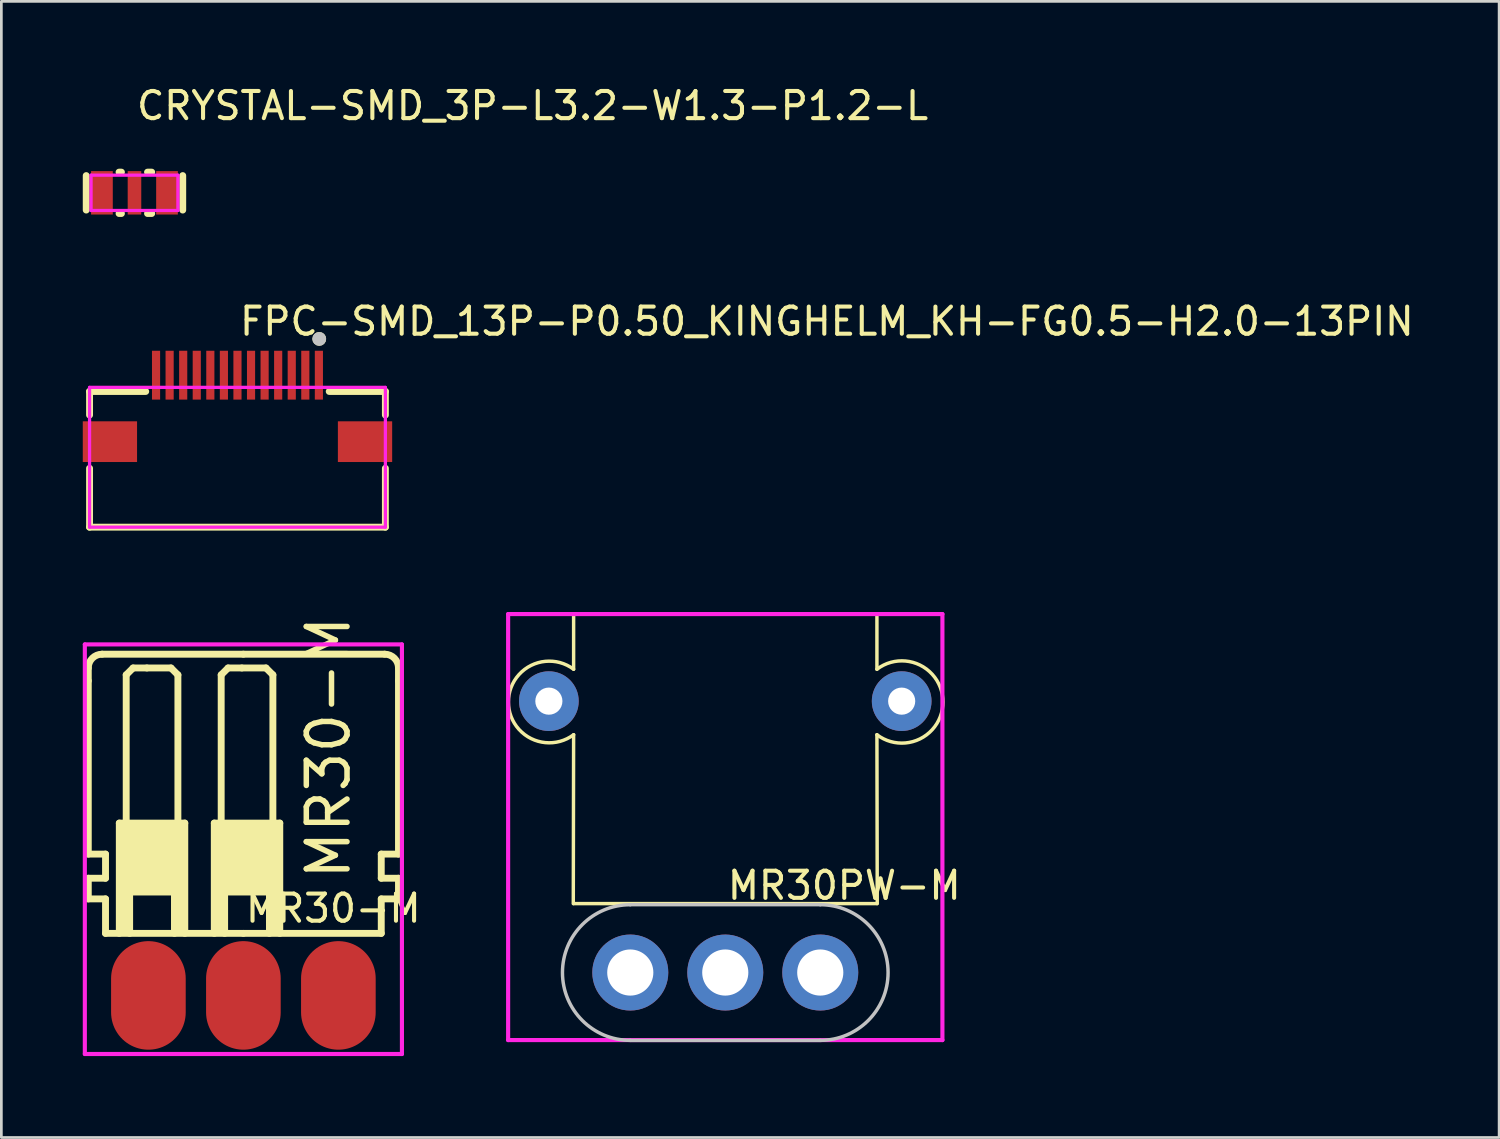
<source format=kicad_pcb>
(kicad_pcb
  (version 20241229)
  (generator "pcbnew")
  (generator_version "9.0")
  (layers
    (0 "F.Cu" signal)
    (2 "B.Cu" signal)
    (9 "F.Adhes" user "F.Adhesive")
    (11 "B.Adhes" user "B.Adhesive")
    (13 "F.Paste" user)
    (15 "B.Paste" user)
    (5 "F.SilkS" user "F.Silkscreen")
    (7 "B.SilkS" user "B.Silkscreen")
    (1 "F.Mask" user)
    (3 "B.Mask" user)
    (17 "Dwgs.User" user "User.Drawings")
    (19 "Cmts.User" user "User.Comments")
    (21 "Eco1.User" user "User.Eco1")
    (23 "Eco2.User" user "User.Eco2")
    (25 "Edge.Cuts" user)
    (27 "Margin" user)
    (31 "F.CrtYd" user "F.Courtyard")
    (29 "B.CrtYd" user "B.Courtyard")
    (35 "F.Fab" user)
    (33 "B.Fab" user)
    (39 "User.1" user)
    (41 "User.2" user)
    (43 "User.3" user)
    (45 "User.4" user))
  (footprint "CRYSTAL-SMD_3P-L3.2-W1.3-P1.2-L"
    (layer "F.Cu")
    (at 1.905 4.055)
    (property "Reference" "CRYSTAL-SMD_3P-L3.2-W1.3-P1.2-L" (at 0 -3.207 0) (layer "F.SilkS") (effects (font (size 1 1) (thickness 0.15)) (justify left)))
    (attr through_hole)
    (fp_line (start -1.778 0.635) (end -1.778 -0.635) (stroke (width 0.254) (type solid)) (layer "F.SilkS"))
    (fp_line (start -0.568 -0.762) (end -0.481 -0.762) (stroke (width 0.254) (type solid)) (layer "F.SilkS"))
    (fp_line (start -0.568 0.762) (end -0.481 0.762) (stroke (width 0.254) (type solid)) (layer "F.SilkS"))
    (fp_line (start 0.481 -0.762) (end 0.635 -0.762) (stroke (width 0.254) (type solid)) (layer "F.SilkS"))
    (fp_line (start 0.481 0.762) (end 0.635 0.762) (stroke (width 0.254) (type solid)) (layer "F.SilkS"))
    (fp_line (start 1.778 -0.635) (end 1.778 0.635) (stroke (width 0.254) (type solid)) (layer "F.SilkS"))
    (fp_circle (center -1.6 0.65) (end -1.57 0.65) (stroke (width 0.06) (type solid)) (fill no) (layer "Eco2.User"))
    (fp_poly (pts (xy -0.949 -0.65) (xy -0.949 0.65) (xy -1.449 0.65) (xy -1.449 -0.65)) (stroke (width 0.12) (type solid)) (fill no) (layer "Eco2.User"))
    (fp_poly (pts (xy 0.25 -0.65) (xy 0.25 0.65) (xy -0.25 0.65) (xy -0.25 -0.65)) (stroke (width 0.12) (type solid)) (fill no) (layer "Eco2.User"))
    (fp_poly (pts (xy 1.449 -0.65) (xy 1.449 0.65) (xy 0.949 0.65) (xy 0.949 -0.65)) (stroke (width 0.12) (type solid)) (fill no) (layer "Eco2.User"))
    (fp_line (start -1.6 -0.65) (end 1.6 -0.65) (stroke (width 0.12) (type solid)) (layer "F.CrtYd"))
    (fp_line (start -1.6 0.65) (end -1.6 -0.65) (stroke (width 0.12) (type solid)) (layer "F.CrtYd"))
    (fp_line (start 1.6 -0.65) (end 1.6 0.65) (stroke (width 0.12) (type solid)) (layer "F.CrtYd"))
    (fp_line (start 1.6 0.65) (end -1.6 0.65) (stroke (width 0.12) (type solid)) (layer "F.CrtYd"))
    (pad "1" smd rect (at -1.199 0 90) (size 1.6 0.8) (layers "F.Cu" "F.Mask" "F.Paste"))
    (pad "2" smd rect (at 1.199 0 90) (size 1.6 0.8) (layers "F.Cu" "F.Mask" "F.Paste"))
    (pad "3" smd rect (at 0 0 90) (size 1.6 0.5) (layers "F.Cu" "F.Mask" "F.Paste")))
  (footprint "FPC-SMD_13P-P0.50_KINGHELM_KH-FG0.5-H2.0-13PIN"
    (layer "F.Cu")
    (at 5.7 11.999)
    (property "Reference" "FPC-SMD_13P-P0.50_KINGHELM_KH-FG0.5-H2.0-13PIN" (at 0 -3.207 0) (layer "F.SilkS") (effects (font (size 1 1) (thickness 0.15)) (justify left)))
    (attr through_hole)
    (fp_line (start -5.45 0.244) (end -5.45 -0.625) (stroke (width 0.254) (type solid)) (layer "F.SilkS"))
    (fp_line (start -5.45 4.375) (end -5.45 2.206) (stroke (width 0.254) (type solid)) (layer "F.SilkS"))
    (fp_line (start -3.381 -0.625) (end -5.45 -0.625) (stroke (width 0.254) (type solid)) (layer "F.SilkS"))
    (fp_line (start 5.45 -0.625) (end 3.381 -0.625) (stroke (width 0.254) (type solid)) (layer "F.SilkS"))
    (fp_line (start 5.45 0.244) (end 5.45 -0.625) (stroke (width 0.254) (type solid)) (layer "F.SilkS"))
    (fp_line (start 5.45 4.375) (end -5.45 4.375) (stroke (width 0.254) (type solid)) (layer "F.SilkS"))
    (fp_line (start 5.45 4.375) (end 5.45 2.206) (stroke (width 0.254) (type solid)) (layer "F.SilkS"))
    (fp_circle (center 3.013 -2.561) (end 3.14 -2.561) (stroke (width 0.254) (type solid)) (fill no) (layer "F.SilkS"))
    (fp_circle (center 3.013 -2.561) (end 3.14 -2.561) (stroke (width 0.254) (type solid)) (fill no) (layer "Dwgs.User"))
    (fp_circle (center 5.45 -1.625) (end 5.48 -1.625) (stroke (width 0.06) (type solid)) (fill no) (layer "Eco2.User"))
    (fp_poly (pts (xy -4 1.725) (xy -5.4 1.725) (xy -5.4 0.725) (xy -4 0.725)) (stroke (width 0.12) (type solid)) (fill no) (layer "Eco2.User"))
    (fp_poly (pts (xy -2.9 -0.625) (xy -3.1 -0.625) (xy -3.1 -1.625) (xy -2.9 -1.625)) (stroke (width 0.12) (type solid)) (fill no) (layer "Eco2.User"))
    (fp_poly (pts (xy -2.4 -0.625) (xy -2.6 -0.625) (xy -2.6 -1.625) (xy -2.4 -1.625)) (stroke (width 0.12) (type solid)) (fill no) (layer "Eco2.User"))
    (fp_poly (pts (xy -1.9 -0.625) (xy -2.1 -0.625) (xy -2.1 -1.625) (xy -1.9 -1.625)) (stroke (width 0.12) (type solid)) (fill no) (layer "Eco2.User"))
    (fp_poly (pts (xy -1.4 -0.625) (xy -1.6 -0.625) (xy -1.6 -1.625) (xy -1.4 -1.625)) (stroke (width 0.12) (type solid)) (fill no) (layer "Eco2.User"))
    (fp_poly (pts (xy -0.9 -0.625) (xy -1.1 -0.625) (xy -1.1 -1.625) (xy -0.9 -1.625)) (stroke (width 0.12) (type solid)) (fill no) (layer "Eco2.User"))
    (fp_poly (pts (xy -0.4 -0.625) (xy -0.6 -0.625) (xy -0.6 -1.625) (xy -0.4 -1.625)) (stroke (width 0.12) (type solid)) (fill no) (layer "Eco2.User"))
    (fp_poly (pts (xy 0.1 -0.625) (xy -0.1 -0.625) (xy -0.1 -1.625) (xy 0.1 -1.625)) (stroke (width 0.12) (type solid)) (fill no) (layer "Eco2.User"))
    (fp_poly (pts (xy 0.6 -0.625) (xy 0.4 -0.625) (xy 0.4 -1.625) (xy 0.6 -1.625)) (stroke (width 0.12) (type solid)) (fill no) (layer "Eco2.User"))
    (fp_poly (pts (xy 1.1 -0.625) (xy 0.9 -0.625) (xy 0.9 -1.625) (xy 1.1 -1.625)) (stroke (width 0.12) (type solid)) (fill no) (layer "Eco2.User"))
    (fp_poly (pts (xy 1.6 -0.625) (xy 1.4 -0.625) (xy 1.4 -1.625) (xy 1.6 -1.625)) (stroke (width 0.12) (type solid)) (fill no) (layer "Eco2.User"))
    (fp_poly (pts (xy 2.1 -0.625) (xy 1.9 -0.625) (xy 1.9 -1.625) (xy 2.1 -1.625)) (stroke (width 0.12) (type solid)) (fill no) (layer "Eco2.User"))
    (fp_poly (pts (xy 2.6 -0.625) (xy 2.4 -0.625) (xy 2.4 -1.625) (xy 2.6 -1.625)) (stroke (width 0.12) (type solid)) (fill no) (layer "Eco2.User"))
    (fp_poly (pts (xy 3.1 -0.625) (xy 2.9 -0.625) (xy 2.9 -1.625) (xy 3.1 -1.625)) (stroke (width 0.12) (type solid)) (fill no) (layer "Eco2.User"))
    (fp_poly (pts (xy 5.4 1.725) (xy 4 1.725) (xy 4 0.725) (xy 5.4 0.725)) (stroke (width 0.12) (type solid)) (fill no) (layer "Eco2.User"))
    (fp_line (start -5.45 -0.775) (end 5.45 -0.775) (stroke (width 0.12) (type solid)) (layer "F.CrtYd"))
    (fp_line (start -5.45 4.375) (end -5.45 -0.775) (stroke (width 0.12) (type solid)) (layer "F.CrtYd"))
    (fp_line (start 5.45 -0.775) (end 5.45 4.375) (stroke (width 0.12) (type solid)) (layer "F.CrtYd"))
    (fp_line (start 5.45 4.375) (end -5.45 4.375) (stroke (width 0.12) (type solid)) (layer "F.CrtYd"))
    (pad "1" smd rect (at 3 -1.225 180) (size 0.3 1.8) (layers "F.Cu" "F.Mask" "F.Paste"))
    (pad "2" smd rect (at 2.5 -1.225 180) (size 0.3 1.8) (layers "F.Cu" "F.Mask" "F.Paste"))
    (pad "3" smd rect (at 2 -1.225 180) (size 0.3 1.8) (layers "F.Cu" "F.Mask" "F.Paste"))
    (pad "4" smd rect (at 1.5 -1.225 180) (size 0.3 1.8) (layers "F.Cu" "F.Mask" "F.Paste"))
    (pad "5" smd rect (at 1 -1.225 180) (size 0.3 1.8) (layers "F.Cu" "F.Mask" "F.Paste"))
    (pad "6" smd rect (at 0.5 -1.225 180) (size 0.3 1.8) (layers "F.Cu" "F.Mask" "F.Paste"))
    (pad "7" smd rect (at 0 -1.225 180) (size 0.3 1.8) (layers "F.Cu" "F.Mask" "F.Paste"))
    (pad "8" smd rect (at -0.5 -1.225 180) (size 0.3 1.8) (layers "F.Cu" "F.Mask" "F.Paste"))
    (pad "9" smd rect (at -1 -1.225 180) (size 0.3 1.8) (layers "F.Cu" "F.Mask" "F.Paste"))
    (pad "10" smd rect (at -1.5 -1.225 180) (size 0.3 1.8) (layers "F.Cu" "F.Mask" "F.Paste"))
    (pad "11" smd rect (at -2 -1.225 180) (size 0.3 1.8) (layers "F.Cu" "F.Mask" "F.Paste"))
    (pad "12" smd rect (at -2.5 -1.225 180) (size 0.3 1.8) (layers "F.Cu" "F.Mask" "F.Paste"))
    (pad "13" smd rect (at -3 -1.225 180) (size 0.3 1.8) (layers "F.Cu" "F.Mask" "F.Paste"))
    (pad "14" smd rect (at -4.7 1.225 180) (size 2 1.5) (layers "F.Cu" "F.Mask" "F.Paste"))
    (pad "15" smd rect (at 4.7 1.225 180) (size 2 1.5) (layers "F.Cu" "F.Mask" "F.Paste")))
  (footprint "MR30PW-M"
    (layer "F.Cu")
    (at 23.674 32.785)
    (property "Reference" "MR30PW-M" (at 0 -3.207 0) (layer "F.SilkS") (effects (font (size 1 1) (thickness 0.15)) (justify left)))
    (attr through_hole)
    (fp_line (start -5.588 -13.208) (end -5.588 -11.176) (stroke (width 0.127) (type solid)) (layer "F.SilkS"))
    (fp_line (start -5.588 -13.208) (end 5.588 -13.208) (stroke (width 0.127) (type solid)) (layer "F.SilkS"))
    (fp_line (start -5.588 -8.763) (end -5.6 -2.54) (stroke (width 0.127) (type solid)) (layer "F.SilkS"))
    (fp_line (start -5.588 -2.54) (end 5.588 -2.54) (stroke (width 0.127) (type solid)) (layer "F.SilkS"))
    (fp_line (start 5.588 -13.208) (end 5.588 -11.176) (stroke (width 0.127) (type solid)) (layer "F.SilkS"))
    (fp_line (start 5.588 -8.763) (end 5.6 -2.54) (stroke (width 0.127) (type solid)) (layer "F.SilkS"))
    (fp_arc (start -5.587247 -8.762561) (mid -7.990411 -9.96853) (end -5.588 -11.176) (stroke (width 0.127) (type solid)) (layer "F.SilkS"))
    (fp_arc (start 5.588454 -11.175345) (mid 8.021638 -9.968715) (end 5.588 -8.763) (stroke (width 0.127) (type solid)) (layer "F.SilkS"))
    (fp_line (start -3.5 -2.5) (end 3.5 -2.5) (stroke (width 0.127) (type solid)) (layer "Dwgs.User"))
    (fp_line (start -3.5 2.5) (end 3.5 2.5) (stroke (width 0.127) (type solid)) (layer "Dwgs.User"))
    (fp_arc (start -3.5 2.499) (mid -5.991013 -0.000034) (end -3.499932 -2.499) (stroke (width 0.127) (type solid)) (layer "Dwgs.User"))
    (fp_arc (start 3.5 -2.499) (mid 5.991013 0.000034) (end 3.499932 2.499) (stroke (width 0.127) (type solid)) (layer "Dwgs.User"))
    (fp_line (start -8.001 -13.208) (end 8.001 -13.208) (stroke (width 0.152) (type solid)) (layer "F.CrtYd"))
    (fp_line (start -8.001 2.489) (end -8.001 -13.208) (stroke (width 0.152) (type solid)) (layer "F.CrtYd"))
    (fp_line (start 8.001 -13.208) (end 8.001 2.489) (stroke (width 0.152) (type solid)) (layer "F.CrtYd"))
    (fp_line (start 8.001 2.489) (end -8.001 2.489) (stroke (width 0.152) (type solid)) (layer "F.CrtYd"))
    (pad "" thru_hole circle (at -6.5 -10) (size 2.2 2.2) (drill 1) (layers "*.Cu" "*.Mask"))
    (pad "" thru_hole circle (at -3.5 0) (size 2.8 2.8) (drill 1.7) (layers "*.Cu" "*.Mask"))
    (pad "" thru_hole circle (at 0 0) (size 2.8 2.8) (drill 1.7) (layers "*.Cu" "*.Mask"))
    (pad "" thru_hole circle (at 3.5 0) (size 2.8 2.8) (drill 1.7) (layers "*.Cu" "*.Mask"))
    (pad "" thru_hole circle (at 6.5 -10) (size 2.2 2.2) (drill 1) (layers "*.Cu" "*.Mask")))
  (footprint "MR30-M"
    (layer "F.Cu")
    (at 5.918 33.628)
    (property "Reference" "MR30-M" (at 0 -3.207 0) (layer "F.SilkS") (effects (font (size 1 1) (thickness 0.15)) (justify left)))
    (attr through_hole)
    (fp_line (start -5.715 -11.593) (end -5.715 -12.065) (stroke (width 0.254) (type solid)) (layer "F.SilkS"))
    (fp_line (start -5.715 -5.207) (end -5.715 -11.593) (stroke (width 0.254) (type solid)) (layer "F.SilkS"))
    (fp_line (start -5.715 -4.318) (end -5.08 -4.318) (stroke (width 0.254) (type solid)) (layer "F.SilkS"))
    (fp_line (start -5.715 -3.556) (end -5.715 -4.318) (stroke (width 0.254) (type solid)) (layer "F.SilkS"))
    (fp_line (start -5.207 -12.573) (end 0 -12.573) (stroke (width 0.254) (type solid)) (layer "F.SilkS"))
    (fp_line (start -5.08 -5.207) (end -5.715 -5.207) (stroke (width 0.254) (type solid)) (layer "F.SilkS"))
    (fp_line (start -5.08 -4.318) (end -5.08 -5.207) (stroke (width 0.254) (type solid)) (layer "F.SilkS"))
    (fp_line (start -5.08 -3.556) (end -5.715 -3.556) (stroke (width 0.254) (type solid)) (layer "F.SilkS"))
    (fp_line (start -5.08 -2.286) (end -5.08 -3.556) (stroke (width 0.254) (type solid)) (layer "F.SilkS"))
    (fp_line (start -5.08 -2.286) (end 0 -2.286) (stroke (width 0.254) (type solid)) (layer "F.SilkS"))
    (fp_line (start -4.572 -6.35) (end -4.572 -2.286) (stroke (width 0.254) (type solid)) (layer "F.SilkS"))
    (fp_line (start -4.318 -11.811) (end -4.064 -12.065) (stroke (width 0.254) (type solid)) (layer "F.SilkS"))
    (fp_line (start -4.318 -6.35) (end -4.572 -6.35) (stroke (width 0.254) (type solid)) (layer "F.SilkS"))
    (fp_line (start -4.318 -6.35) (end -4.318 -11.811) (stroke (width 0.254) (type solid)) (layer "F.SilkS"))
    (fp_line (start -4.318 -6.35) (end -2.413 -6.35) (stroke (width 0.254) (type solid)) (layer "F.SilkS"))
    (fp_line (start -4.191 -3.81) (end -4.191 -2.286) (stroke (width 0.254) (type solid)) (layer "F.SilkS"))
    (fp_line (start -4.191 -3.81) (end -2.54 -3.81) (stroke (width 0.254) (type solid)) (layer "F.SilkS"))
    (fp_line (start -4.064 -12.065) (end -3.556 -12.065) (stroke (width 0.254) (type solid)) (layer "F.SilkS"))
    (fp_line (start -3.556 -12.065) (end -2.667 -12.065) (stroke (width 0.254) (type solid)) (layer "F.SilkS"))
    (fp_line (start -2.667 -12.065) (end -2.413 -11.811) (stroke (width 0.254) (type solid)) (layer "F.SilkS"))
    (fp_line (start -2.54 -3.81) (end -2.54 -2.286) (stroke (width 0.254) (type solid)) (layer "F.SilkS"))
    (fp_line (start -2.413 -11.811) (end -2.413 -6.35) (stroke (width 0.254) (type solid)) (layer "F.SilkS"))
    (fp_line (start -2.413 -6.35) (end -2.159 -6.35) (stroke (width 0.254) (type solid)) (layer "F.SilkS"))
    (fp_line (start -2.159 -6.35) (end -2.159 -2.286) (stroke (width 0.254) (type solid)) (layer "F.SilkS"))
    (fp_line (start -1.072 -6.35) (end -1.072 -2.286) (stroke (width 0.254) (type solid)) (layer "F.SilkS"))
    (fp_line (start -0.818 -11.811) (end -0.564 -12.065) (stroke (width 0.254) (type solid)) (layer "F.SilkS"))
    (fp_line (start -0.818 -6.35) (end -1.072 -6.35) (stroke (width 0.254) (type solid)) (layer "F.SilkS"))
    (fp_line (start -0.818 -6.35) (end -0.818 -11.811) (stroke (width 0.254) (type solid)) (layer "F.SilkS"))
    (fp_line (start -0.818 -6.35) (end 1.087 -6.35) (stroke (width 0.254) (type solid)) (layer "F.SilkS"))
    (fp_line (start -0.691 -3.81) (end -0.691 -2.286) (stroke (width 0.254) (type solid)) (layer "F.SilkS"))
    (fp_line (start -0.691 -3.81) (end 0.96 -3.81) (stroke (width 0.254) (type solid)) (layer "F.SilkS"))
    (fp_line (start -0.564 -12.065) (end -0.056 -12.065) (stroke (width 0.254) (type solid)) (layer "F.SilkS"))
    (fp_line (start -0.056 -12.065) (end 0.833 -12.065) (stroke (width 0.254) (type solid)) (layer "F.SilkS"))
    (fp_line (start 0.833 -12.065) (end 1.087 -11.811) (stroke (width 0.254) (type solid)) (layer "F.SilkS"))
    (fp_line (start 0.96 -3.81) (end 0.96 -2.286) (stroke (width 0.254) (type solid)) (layer "F.SilkS"))
    (fp_line (start 1.087 -11.811) (end 1.087 -6.35) (stroke (width 0.254) (type solid)) (layer "F.SilkS"))
    (fp_line (start 1.087 -6.35) (end 1.341 -6.35) (stroke (width 0.254) (type solid)) (layer "F.SilkS"))
    (fp_line (start 1.341 -6.35) (end 1.341 -2.286) (stroke (width 0.254) (type solid)) (layer "F.SilkS"))
    (fp_line (start 5.08 -5.207) (end 5.715 -5.207) (stroke (width 0.254) (type solid)) (layer "F.SilkS"))
    (fp_line (start 5.08 -4.318) (end 5.08 -5.207) (stroke (width 0.254) (type solid)) (layer "F.SilkS"))
    (fp_line (start 5.08 -3.556) (end 5.715 -3.556) (stroke (width 0.254) (type solid)) (layer "F.SilkS"))
    (fp_line (start 5.08 -2.286) (end 0 -2.286) (stroke (width 0.254) (type solid)) (layer "F.SilkS"))
    (fp_line (start 5.08 -2.286) (end 5.08 -3.556) (stroke (width 0.254) (type solid)) (layer "F.SilkS"))
    (fp_line (start 5.207 -12.573) (end 0 -12.573) (stroke (width 0.254) (type solid)) (layer "F.SilkS"))
    (fp_line (start 5.715 -11.593) (end 5.715 -12.065) (stroke (width 0.254) (type solid)) (layer "F.SilkS"))
    (fp_line (start 5.715 -5.207) (end 5.715 -11.593) (stroke (width 0.254) (type solid)) (layer "F.SilkS"))
    (fp_line (start 5.715 -4.318) (end 5.08 -4.318) (stroke (width 0.254) (type solid)) (layer "F.SilkS"))
    (fp_line (start 5.715 -3.556) (end 5.715 -4.318) (stroke (width 0.254) (type solid)) (layer "F.SilkS"))
    (fp_arc (start -5.715 -12.065) (mid -5.56621 -12.42421) (end -5.207 -12.573) (stroke (width 0.254) (type solid)) (layer "F.SilkS"))
    (fp_arc (start 5.207 -12.573) (mid 5.56621 -12.42421) (end 5.715 -12.065) (stroke (width 0.254) (type solid)) (layer "F.SilkS"))
    (fp_poly (pts (xy -4.572 -2.286) (xy -4.191 -2.286) (xy -4.191 -3.81) (xy -2.54 -3.81) (xy -2.54 -2.286) (xy -2.159 -2.286) (xy -2.159 -6.35) (xy -4.445 -6.35) (xy -4.572 -6.35)) (stroke (width 0.12) (type solid)) (fill yes) (layer "F.SilkS"))
    (fp_poly (pts (xy -1.072 -2.286) (xy -0.691 -2.286) (xy -0.691 -3.81) (xy 0.96 -3.81) (xy 0.96 -2.286) (xy 1.341 -2.286) (xy 1.341 -6.35) (xy -0.945 -6.35) (xy -1.072 -6.35)) (stroke (width 0.12) (type solid)) (fill yes) (layer "F.SilkS"))
    (fp_line (start -5.842 -12.933) (end 5.842 -12.933) (stroke (width 0.152) (type solid)) (layer "F.CrtYd"))
    (fp_line (start -5.842 2.159) (end -5.842 -12.933) (stroke (width 0.152) (type solid)) (layer "F.CrtYd"))
    (fp_line (start 5.842 -12.933) (end 5.842 2.159) (stroke (width 0.152) (type solid)) (layer "F.CrtYd"))
    (fp_line (start 5.842 2.159) (end -5.842 2.159) (stroke (width 0.152) (type solid)) (layer "F.CrtYd"))
    (fp_text user "MR30-M" (at 3.135 -4.175 90) (layer "F.SilkS") (effects (font (size 1.5 1.5) (thickness 0.203)) (justify left)))
    (pad "1" smd oval (at -3.5 0) (size 2.75 4) (layers "F.Cu" "F.Mask" "F.Paste"))
    (pad "2" smd oval (at 0 0) (size 2.75 4) (layers "F.Cu" "F.Mask" "F.Paste"))
    (pad "3" smd oval (at 3.5 0) (size 2.75 4) (layers "F.Cu" "F.Mask" "F.Paste")))
  (gr_rect
    (start -3 -3)
    (end 52.188 38.863)
    (stroke (width 0.1) (type default))
    (fill no)
    (layer "Edge.Cuts")))
</source>
